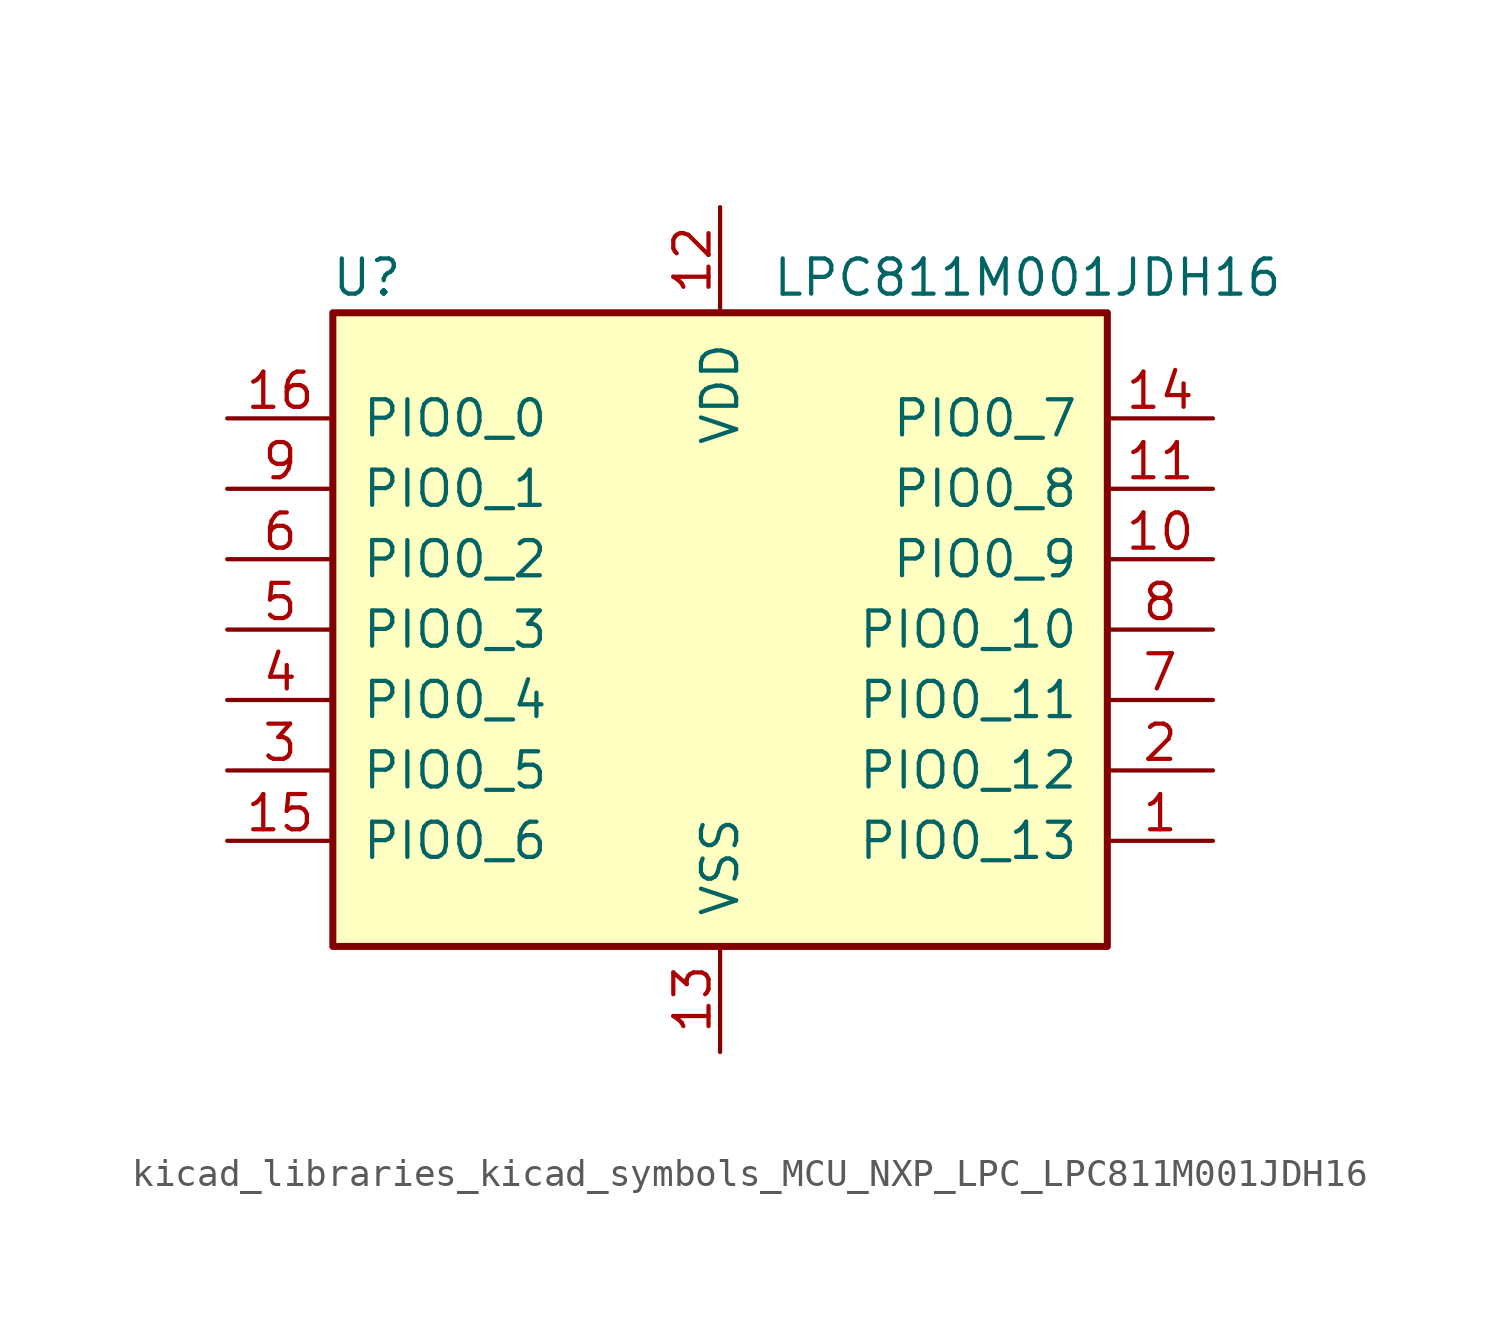
<source format=kicad_sym>
(kicad_symbol_lib
  (version 20220914)
  (generator kicad_symbol_editor)
  (symbol "kicad_libraries_kicad_symbols_MCU_NXP_LPC_LPC811M001JDH16"
    (pin_names
      (offset 1.016))
    (property "Reference" "U"
      (at -11.43 12.7 0)
      (effects (font (size 1.27 1.27)) (justify right)))
    (property "Value" "LPC811M001JDH16"
      (at 20.32 12.7 0)
      (effects (font (size 1.27 1.27)) (justify right)))
    (symbol "kicad_libraries_kicad_symbols_MCU_NXP_LPC_LPC811M001JDH16_0_1"
      (rectangle (start 13.97 11.43) (end -13.97 -11.43) (stroke (width 0.254) (type default)) (fill (type background))))
    (symbol "kicad_libraries_kicad_symbols_MCU_NXP_LPC_LPC811M001JDH16_1_1"
      (pin bidirectional line (at 17.78 -7.62 180) (length 3.81) (name "PIO0_13" (effects (font (size 1.27 1.27)))) (number "1" (effects (font (size 1.27 1.27)))))
      (pin bidirectional line (at 17.78 2.54 180) (length 3.81) (name "PIO0_9" (effects (font (size 1.27 1.27)))) (number "10" (effects (font (size 1.27 1.27)))))
      (pin bidirectional line (at 17.78 5.08 180) (length 3.81) (name "PIO0_8" (effects (font (size 1.27 1.27)))) (number "11" (effects (font (size 1.27 1.27)))))
      (pin power_in line (at 0 15.24 270) (length 3.81) (name "VDD" (effects (font (size 1.27 1.27)))) (number "12" (effects (font (size 1.27 1.27)))))
      (pin power_in line (at 0 -15.24 90) (length 3.81) (name "VSS" (effects (font (size 1.27 1.27)))) (number "13" (effects (font (size 1.27 1.27)))))
      (pin bidirectional line (at 17.78 7.62 180) (length 3.81) (name "PIO0_7" (effects (font (size 1.27 1.27)))) (number "14" (effects (font (size 1.27 1.27)))))
      (pin bidirectional line (at -17.78 -7.62 0) (length 3.81) (name "PIO0_6" (effects (font (size 1.27 1.27)))) (number "15" (effects (font (size 1.27 1.27)))))
      (pin bidirectional line (at -17.78 7.62 0) (length 3.81) (name "PIO0_0" (effects (font (size 1.27 1.27)))) (number "16" (effects (font (size 1.27 1.27)))))
      (pin bidirectional line (at 17.78 -5.08 180) (length 3.81) (name "PIO0_12" (effects (font (size 1.27 1.27)))) (number "2" (effects (font (size 1.27 1.27)))))
      (pin bidirectional line (at -17.78 -5.08 0) (length 3.81) (name "PIO0_5" (effects (font (size 1.27 1.27)))) (number "3" (effects (font (size 1.27 1.27)))))
      (pin bidirectional line (at -17.78 -2.54 0) (length 3.81) (name "PIO0_4" (effects (font (size 1.27 1.27)))) (number "4" (effects (font (size 1.27 1.27)))))
      (pin bidirectional line (at -17.78 0 0) (length 3.81) (name "PIO0_3" (effects (font (size 1.27 1.27)))) (number "5" (effects (font (size 1.27 1.27)))))
      (pin bidirectional line (at -17.78 2.54 0) (length 3.81) (name "PIO0_2" (effects (font (size 1.27 1.27)))) (number "6" (effects (font (size 1.27 1.27)))))
      (pin bidirectional line (at 17.78 -2.54 180) (length 3.81) (name "PIO0_11" (effects (font (size 1.27 1.27)))) (number "7" (effects (font (size 1.27 1.27)))))
      (pin bidirectional line (at 17.78 0 180) (length 3.81) (name "PIO0_10" (effects (font (size 1.27 1.27)))) (number "8" (effects (font (size 1.27 1.27)))))
      (pin bidirectional line (at -17.78 5.08 0) (length 3.81) (name "PIO0_1" (effects (font (size 1.27 1.27)))) (number "9" (effects (font (size 1.27 1.27))))))))
</source>
